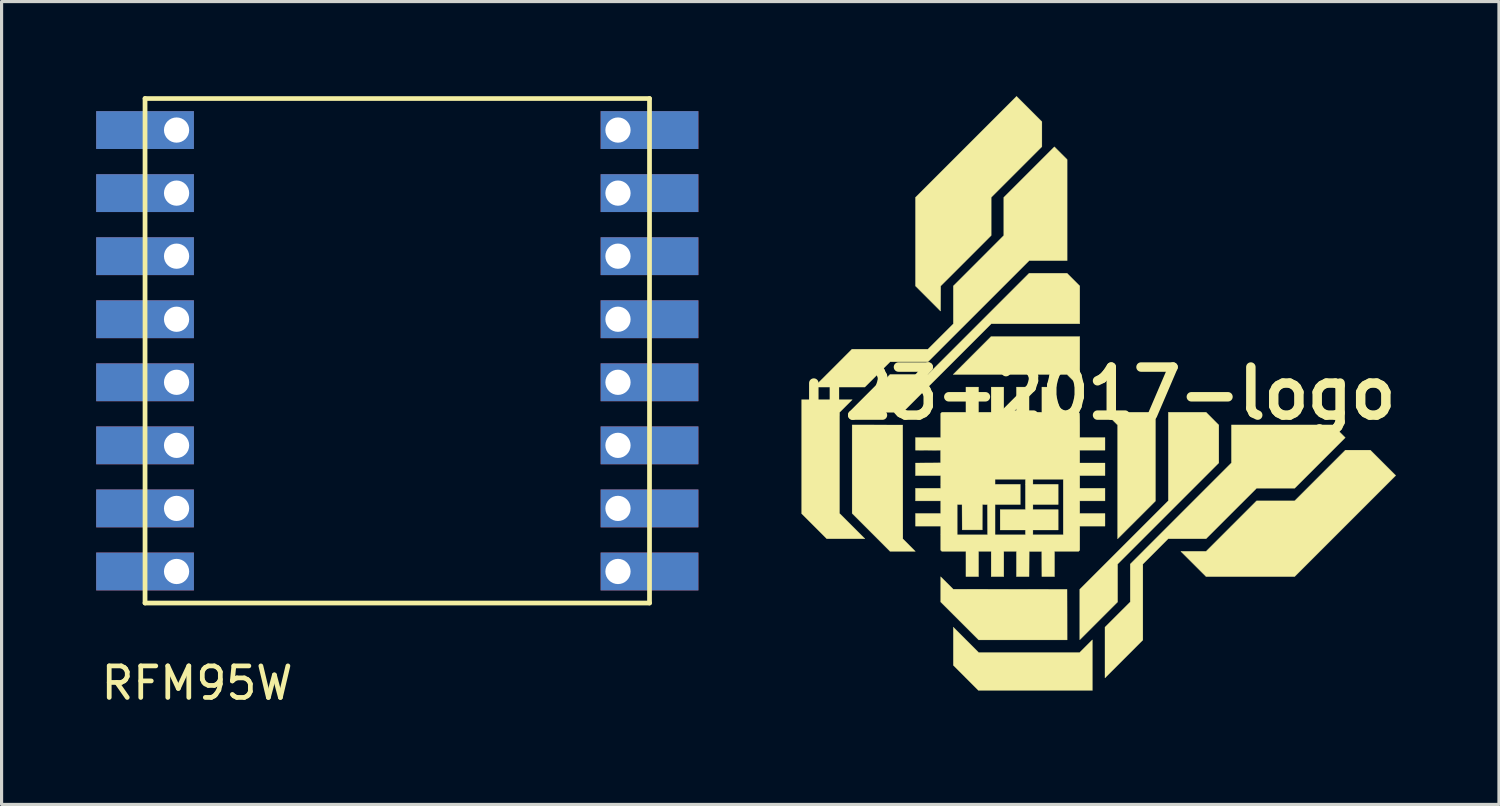
<source format=kicad_pcb>
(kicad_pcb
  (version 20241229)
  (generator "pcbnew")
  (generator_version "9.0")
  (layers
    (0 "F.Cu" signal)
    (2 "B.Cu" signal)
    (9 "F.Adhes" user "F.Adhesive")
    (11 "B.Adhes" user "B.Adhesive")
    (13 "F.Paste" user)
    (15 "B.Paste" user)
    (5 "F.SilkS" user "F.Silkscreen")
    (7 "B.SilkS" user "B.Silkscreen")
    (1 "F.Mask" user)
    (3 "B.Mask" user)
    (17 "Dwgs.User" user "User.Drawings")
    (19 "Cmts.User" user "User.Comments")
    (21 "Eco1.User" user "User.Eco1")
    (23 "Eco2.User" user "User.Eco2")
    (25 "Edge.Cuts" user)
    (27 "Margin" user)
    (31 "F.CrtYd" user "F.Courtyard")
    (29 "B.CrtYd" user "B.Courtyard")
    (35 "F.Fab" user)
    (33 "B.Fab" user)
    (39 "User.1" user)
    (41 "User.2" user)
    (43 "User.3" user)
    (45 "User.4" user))
  (footprint "RFM95W"
    (layer "F.Cu")
    (at 9.55 16.075)
    (property "Reference" "RFM95W" (at -6.35 2.54 0) (layer "F.SilkS") (effects (font (size 1 1) (thickness 0.15))))
    (attr through_hole)
    (fp_line (start -8 -16) (end -8 0) (stroke (width 0.15) (type solid)) (layer "F.SilkS"))
    (fp_line (start -8 0) (end 8 0) (stroke (width 0.15) (type solid)) (layer "F.SilkS"))
    (fp_line (start 8 -16) (end -8 -16) (stroke (width 0.15) (type solid)) (layer "F.SilkS"))
    (fp_line (start 8 0) (end 8 -16) (stroke (width 0.15) (type solid)) (layer "F.SilkS"))
    (pad "1" thru_hole rect (at -7 -15) (size 3.1 1.2) (drill 0.8 (offset -1 0)) (layers "*.Cu" "*.Mask"))
    (pad "2" thru_hole rect (at -7 -13) (size 3.1 1.2) (drill 0.8 (offset -1 0)) (layers "*.Cu" "*.Mask"))
    (pad "3" thru_hole rect (at -7 -11) (size 3.1 1.2) (drill 0.8 (offset -1 0)) (layers "*.Cu" "*.Mask"))
    (pad "4" thru_hole rect (at -7 -9) (size 3.1 1.2) (drill 0.8 (offset -1 0)) (layers "*.Cu" "*.Mask"))
    (pad "5" thru_hole rect (at -7 -7) (size 3.1 1.2) (drill 0.8 (offset -1 0)) (layers "*.Cu" "*.Mask"))
    (pad "6" thru_hole rect (at -7 -5) (size 3.1 1.2) (drill 0.8 (offset -1 0)) (layers "*.Cu" "*.Mask"))
    (pad "7" thru_hole rect (at -7 -3) (size 3.1 1.2) (drill 0.8 (offset -1 0)) (layers "*.Cu" "*.Mask"))
    (pad "8" thru_hole rect (at -7 -1) (size 3.1 1.2) (drill 0.8 (offset -1 0)) (layers "*.Cu" "*.Mask"))
    (pad "9" thru_hole rect (at 7 -1) (size 3.1 1.2) (drill 0.8 (offset 1 0)) (layers "*.Cu" "*.Mask"))
    (pad "10" thru_hole rect (at 7 -3) (size 3.1 1.2) (drill 0.8 (offset 1 0)) (layers "*.Cu" "*.Mask"))
    (pad "11" thru_hole rect (at 7 -5) (size 3.1 1.2) (drill 0.8 (offset 1 0)) (layers "*.Cu" "*.Mask"))
    (pad "12" thru_hole rect (at 7 -7) (size 3.1 1.2) (drill 0.8 (offset 1 0)) (layers "*.Cu" "*.Mask"))
    (pad "13" thru_hole rect (at 7 -9) (size 3.1 1.2) (drill 0.8 (offset 1 0)) (layers "*.Cu" "*.Mask"))
    (pad "14" thru_hole rect (at 7 -11) (size 3.1 1.2) (drill 0.8 (offset 1 0)) (layers "*.Cu" "*.Mask"))
    (pad "15" thru_hole rect (at 7 -13) (size 3.1 1.2) (drill 0.8 (offset 1 0)) (layers "*.Cu" "*.Mask"))
    (pad "16" thru_hole rect (at 7 -15) (size 3.1 1.2) (drill 0.8 (offset 1 0)) (layers "*.Cu" "*.Mask")))
  (footprint "u23-2017-logo"
    (layer "F.Cu")
    (at 31.796 9.426)
    (property "Reference" "u23-2017-logo" (at 0 0 0) (layer "F.SilkS") (effects (font (size 1.524 1.524) (thickness 0.3))))
    (attr through_hole)
    (fp_poly (pts (xy -8.018 0.402) (xy -8.22 0.604) (xy -8.22 3.806) (xy -7.416 4.61) (xy -8.625 4.61) (xy -9.023 4.212) (xy -9.421 3.814) (xy -9.421 0.2) (xy -7.816 0.2) (xy -8.018 0.402)) (stroke (width 0.01) (type solid)) (fill yes) (layer "F.SilkS"))
    (fp_poly (pts (xy -6.215 1.004) (xy -6.213 2.809) (xy -6.211 4.614) (xy -6.013 4.812) (xy -5.815 5.011) (xy -6.616 5.011) (xy -7.218 4.408) (xy -7.82 3.806) (xy -7.82 1.001) (xy -6.215 1.004)) (stroke (width 0.01) (type solid)) (fill yes) (layer "F.SilkS"))
    (fp_poly (pts (xy -4.208 7.818) (xy -3.806 8.22) (xy -0.604 8.22) (xy -0.2 7.816) (xy -0.2 9.421) (xy -3.814 9.421) (xy -4.212 9.023) (xy -4.61 8.624) (xy -4.61 7.416) (xy -4.208 7.818)) (stroke (width 0.01) (type solid)) (fill yes) (layer "F.SilkS"))
    (fp_poly (pts (xy -4.812 6.013) (xy -4.614 6.211) (xy -2.809 6.213) (xy -1.004 6.215) (xy -1.002 7.018) (xy -1.001 7.82) (xy -3.806 7.82) (xy -4.408 7.218) (xy -5.011 6.616) (xy -5.011 5.815) (xy -4.812 6.013)) (stroke (width 0.01) (type solid)) (fill yes) (layer "F.SilkS"))
    (fp_poly (pts (xy -0.6 -3.406) (xy -0.6 -2.209) (xy -3.406 -2.209) (xy -6.215 0.6) (xy -7.816 0.6) (xy -7.216 0) (xy -6.616 -0.6) (xy -5.415 -0.6) (xy -3.81 -2.205) (xy -2.205 -3.81) (xy -1.004 -3.81) (xy -0.6 -3.406)) (stroke (width 0.01) (type solid)) (fill yes) (layer "F.SilkS"))
    (fp_poly (pts (xy 3.81 1.005) (xy 3.81 2.205) (xy 2.205 3.81) (xy 0.6 5.415) (xy 0.6 6.616) (xy 0 7.216) (xy -0.6 7.816) (xy -0.6 6.215) (xy 0.804 4.811) (xy 2.209 3.406) (xy 2.209 0.6) (xy 3.406 0.6) (xy 3.81 1.005)) (stroke (width 0.01) (type solid)) (fill yes) (layer "F.SilkS"))
    (fp_poly (pts (xy 9.421 2.605) (xy 7.818 4.208) (xy 6.215 5.811) (xy 3.406 5.811) (xy 3.006 5.411) (xy 2.605 5.011) (xy 3.406 5.011) (xy 5.007 3.41) (xy 6.215 3.41) (xy 7.02 2.605) (xy 7.824 1.801) (xy 8.617 1.801) (xy 9.421 2.605)) (stroke (width 0.01) (type solid)) (fill yes) (layer "F.SilkS"))
    (fp_poly (pts (xy -2.203 -9.019) (xy -1.801 -8.617) (xy -1.801 -7.824) (xy -3.41 -6.215) (xy -3.41 -5.007) (xy -4.21 -4.206) (xy -5.011 -3.406) (xy -5.013 -3.008) (xy -5.015 -2.609) (xy -5.413 -3.008) (xy -5.811 -3.406) (xy -5.811 -6.215) (xy -4.208 -7.818) (xy -2.605 -9.421) (xy -2.203 -9.019)) (stroke (width 0.01) (type solid)) (fill yes) (layer "F.SilkS"))
    (fp_poly (pts (xy 7.618 1.203) (xy 7.82 1.405) (xy 7.018 2.207) (xy 6.215 3.01) (xy 5.007 3.01) (xy 4.206 3.81) (xy 3.406 4.61) (xy 2.205 4.61) (xy 1.401 5.415) (xy 1.401 7.824) (xy 0.8 8.424) (xy 0.2 9.025) (xy 0.2 7.416) (xy 1.001 6.616) (xy 1.001 5.415) (xy 2.605 3.81) (xy 4.21 2.205) (xy 4.21 1.001) (xy 7.416 1.001) (xy 7.618 1.203)) (stroke (width 0.01) (type solid)) (fill yes) (layer "F.SilkS"))
    (fp_poly (pts (xy -1.203 -7.618) (xy -1.001 -7.416) (xy -1.001 -4.21) (xy -2.205 -4.21) (xy -3.81 -2.605) (xy -5.415 -1.001) (xy -6.616 -1.001) (xy -7.016 -0.6) (xy -7.416 -0.2) (xy -9.025 -0.2) (xy -8.424 -0.8) (xy -7.824 -1.401) (xy -5.415 -1.401) (xy -4.61 -2.205) (xy -4.61 -3.406) (xy -3.81 -4.206) (xy -3.01 -5.007) (xy -3.01 -6.215) (xy -2.207 -7.018) (xy -1.405 -7.82) (xy -1.203 -7.618)) (stroke (width 0.01) (type solid)) (fill yes) (layer "F.SilkS"))
    (fp_poly (pts (xy -0.6 -1.004) (xy -0.6 -0.895) (xy -0.601 -0.79) (xy -0.601 -0.691) (xy -0.601 -0.598) (xy -0.602 -0.512) (xy -0.602 -0.435) (xy -0.603 -0.368) (xy -0.603 -0.311) (xy -0.604 -0.265) (xy -0.605 -0.232) (xy -0.606 -0.213) (xy -0.606 -0.208) (xy -0.613 -0.213) (xy -0.629 -0.228) (xy -0.653 -0.251) (xy -0.685 -0.282) (xy -0.723 -0.319) (xy -0.765 -0.361) (xy -0.808 -0.404) (xy -1.004 -0.6) (xy -4.614 -0.6) (xy -4.014 -1.201) (xy -3.414 -1.801) (xy -0.6 -1.801) (xy -0.6 -1.004)) (stroke (width 0.01) (type solid)) (fill yes) (layer "F.SilkS"))
    (fp_poly (pts (xy 1.801 3.414) (xy 1.201 4.014) (xy 0.6 4.614) (xy 0.6 1.004) (xy 0.404 0.808) (xy 0.359 0.763) (xy 0.318 0.721) (xy 0.281 0.684) (xy 0.251 0.653) (xy 0.227 0.628) (xy 0.213 0.612) (xy 0.208 0.606) (xy 0.215 0.605) (xy 0.237 0.605) (xy 0.273 0.604) (xy 0.32 0.603) (xy 0.379 0.603) (xy 0.448 0.602) (xy 0.527 0.602) (xy 0.614 0.601) (xy 0.708 0.601) (xy 0.809 0.601) (xy 0.914 0.6) (xy 1.004 0.6) (xy 1.801 0.6) (xy 1.801 3.414)) (stroke (width 0.01) (type solid)) (fill yes) (layer "F.SilkS"))
    (fp_poly (pts (xy -3.81 0.6) (xy -3.41 0.6) (xy -3.41 -0.2) (xy -3.01 -0.2) (xy -3.01 0.6) (xy -2.609 0.6) (xy -2.609 -0.2) (xy -2.209 -0.2) (xy -2.209 0.6) (xy -1.801 0.6) (xy -1.801 -0.2) (xy -1.401 -0.2) (xy -1.401 0.6) (xy -1.028 0.6) (xy -0.929 0.601) (xy -0.846 0.601) (xy -0.777 0.602) (xy -0.722 0.603) (xy -0.681 0.604) (xy -0.653 0.606) (xy -0.638 0.608) (xy -0.636 0.609) (xy -0.618 0.623) (xy -0.609 0.636) (xy -0.607 0.648) (xy -0.605 0.672) (xy -0.603 0.71) (xy -0.602 0.761) (xy -0.601 0.827) (xy -0.601 0.906) (xy -0.6 1.001) (xy -0.6 1.028) (xy -0.6 1.401) (xy 0.2 1.401) (xy 0.2 1.801) (xy -0.6 1.801) (xy -0.6 2.209) (xy 0.2 2.209) (xy 0.2 2.609) (xy -0.6 2.609) (xy -0.6 3.01) (xy 0.2 3.01) (xy 0.2 3.41) (xy -0.6 3.41) (xy -0.6 3.81) (xy 0.2 3.81) (xy 0.2 4.21) (xy -0.6 4.21) (xy -0.6 4.973) (xy -0.619 4.992) (xy -0.638 5.011) (xy -1.401 5.011) (xy -1.401 5.811) (xy -1.801 5.811) (xy -1.803 5.413) (xy -1.805 5.015) (xy -2.205 5.015) (xy -2.207 5.413) (xy -2.209 5.811) (xy -2.609 5.811) (xy -2.609 5.011) (xy -3.01 5.011) (xy -3.01 5.811) (xy -3.41 5.811) (xy -3.41 5.011) (xy -3.81 5.011) (xy -3.81 5.811) (xy -4.21 5.811) (xy -4.21 5.011) (xy -4.973 5.011) (xy -4.992 4.992) (xy -5.011 4.973) (xy -5.011 4.21) (xy -5.811 4.21) (xy -5.811 3.81) (xy -5.011 3.81) (xy -5.011 3.525) (xy -4.487 3.525) (xy -4.487 4.487) (xy -3.525 4.487) (xy -3.527 4.008) (xy -3.529 3.529) (xy -3.608 3.527) (xy -3.687 3.525) (xy -3.689 3.927) (xy -3.691 4.33) (xy -4.33 4.33) (xy -4.332 3.927) (xy -4.334 3.525) (xy -4.487 3.525) (xy -5.011 3.525) (xy -5.011 3.41) (xy -5.811 3.41) (xy -5.811 3.01) (xy -5.011 3.01) (xy -5.011 2.725) (xy -3.287 2.725) (xy -3.287 2.886) (xy -2.486 2.886) (xy -2.486 3.525) (xy -3.287 3.525) (xy -3.287 4.487) (xy -2.324 4.487) (xy -2.324 4.333) (xy -3.125 4.333) (xy -3.125 3.687) (xy -2.324 3.687) (xy -2.324 2.725) (xy -2.086 2.725) (xy -2.086 2.886) (xy -1.285 2.886) (xy -1.285 3.525) (xy -2.086 3.525) (xy -2.086 3.687) (xy -1.285 3.687) (xy -1.285 4.333) (xy -2.086 4.333) (xy -2.086 4.487) (xy -1.124 4.487) (xy -1.124 2.725) (xy -2.086 2.725) (xy -2.324 2.725) (xy -3.287 2.725) (xy -5.011 2.725) (xy -5.011 2.609) (xy -5.811 2.609) (xy -5.811 2.209) (xy -5.413 2.207) (xy -5.015 2.205) (xy -5.015 1.805) (xy -5.413 1.803) (xy -5.811 1.801) (xy -5.811 1.401) (xy -5.011 1.401) (xy -5.011 0.638) (xy -4.992 0.619) (xy -4.973 0.6) (xy -4.21 0.6) (xy -4.21 -0.2) (xy -3.81 -0.2) (xy -3.81 0.6)) (stroke (width 0.01) (type solid)) (fill yes) (layer "F.SilkS")))
  (gr_rect
    (start -3 -3)
    (end 44.491 22.463)
    (stroke (width 0.1) (type default))
    (fill no)
    (layer "Edge.Cuts")))
</source>
